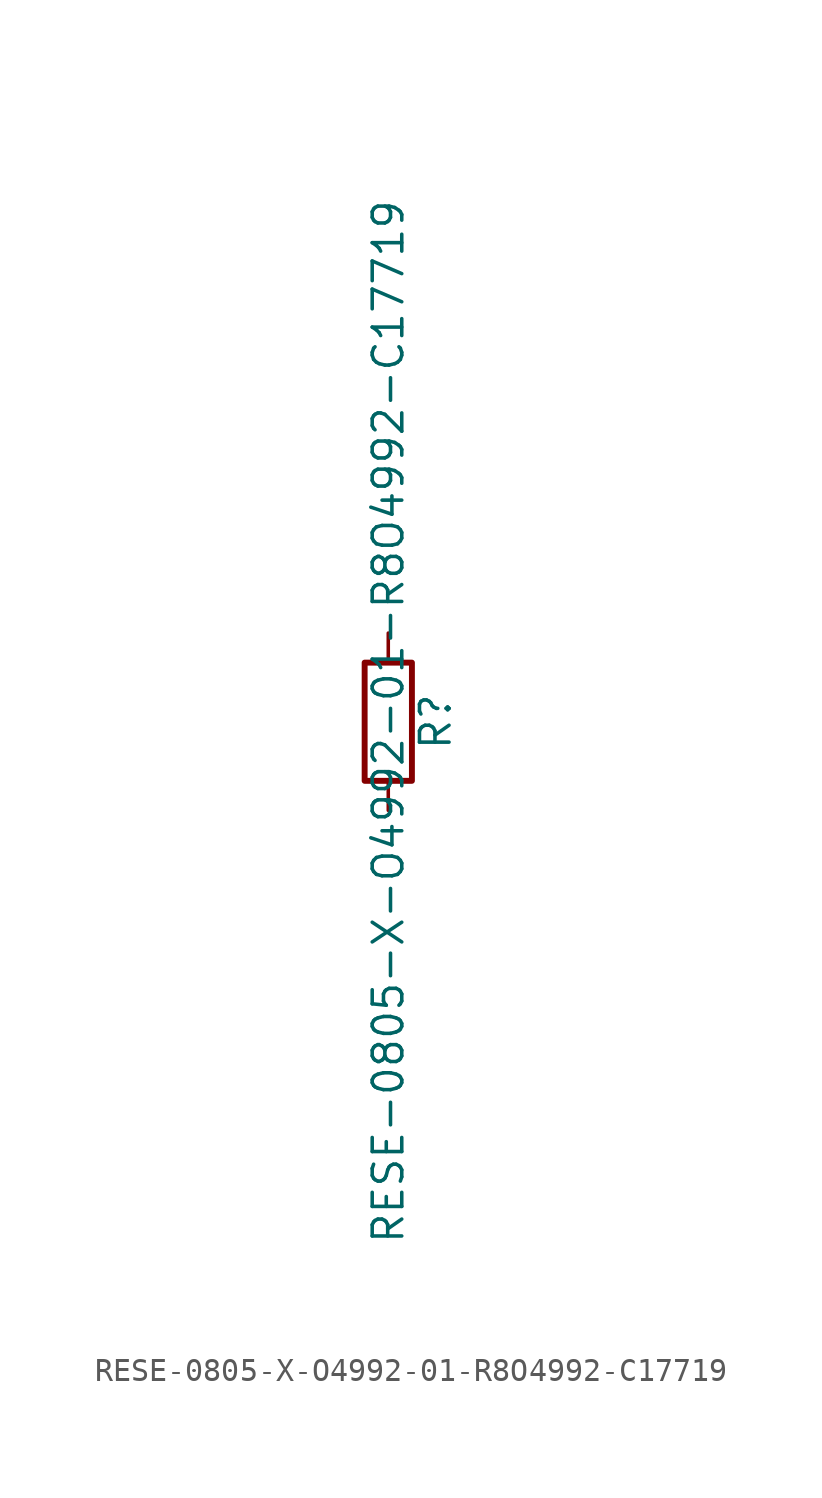
<source format=kicad_sym>
(kicad_symbol_lib
  (version 20211014)
  (generator kicad_symbol_editor)
  (symbol "RESE-0805-X-O4992-01-R8O4992-C17719"
    (pin_numbers hide)
    (pin_names
      (offset 0))
    (property "Reference" "R"
      (at 2.032 0 90)
      (effects (font (size 1.27 1.27))))
    (property "Value" "RESE-0805-X-O4992-01-R8O4992-C17719"
      (at 0 0 90)
      (effects (font (size 1.27 1.27))))
    (symbol "RESE-0805-X-O4992-01-R8O4992-C17719_0_1"
      (rectangle (start -1.016 -2.54) (end 1.016 2.54) (stroke (width 0.254) (type default) (color 0 0 0 0)) (fill (type none))))
    (symbol "RESE-0805-X-O4992-01-R8O4992-C17719_1_1"
      (pin passive line (at 0 3.81 270) (length 1.27) (name "~" (effects (font (size 1.27 1.27)))) (number "1" (effects (font (size 1.27 1.27)))))
      (pin passive line (at 0 -3.81 90) (length 1.27) (name "~" (effects (font (size 1.27 1.27)))) (number "2" (effects (font (size 1.27 1.27))))))))
</source>
